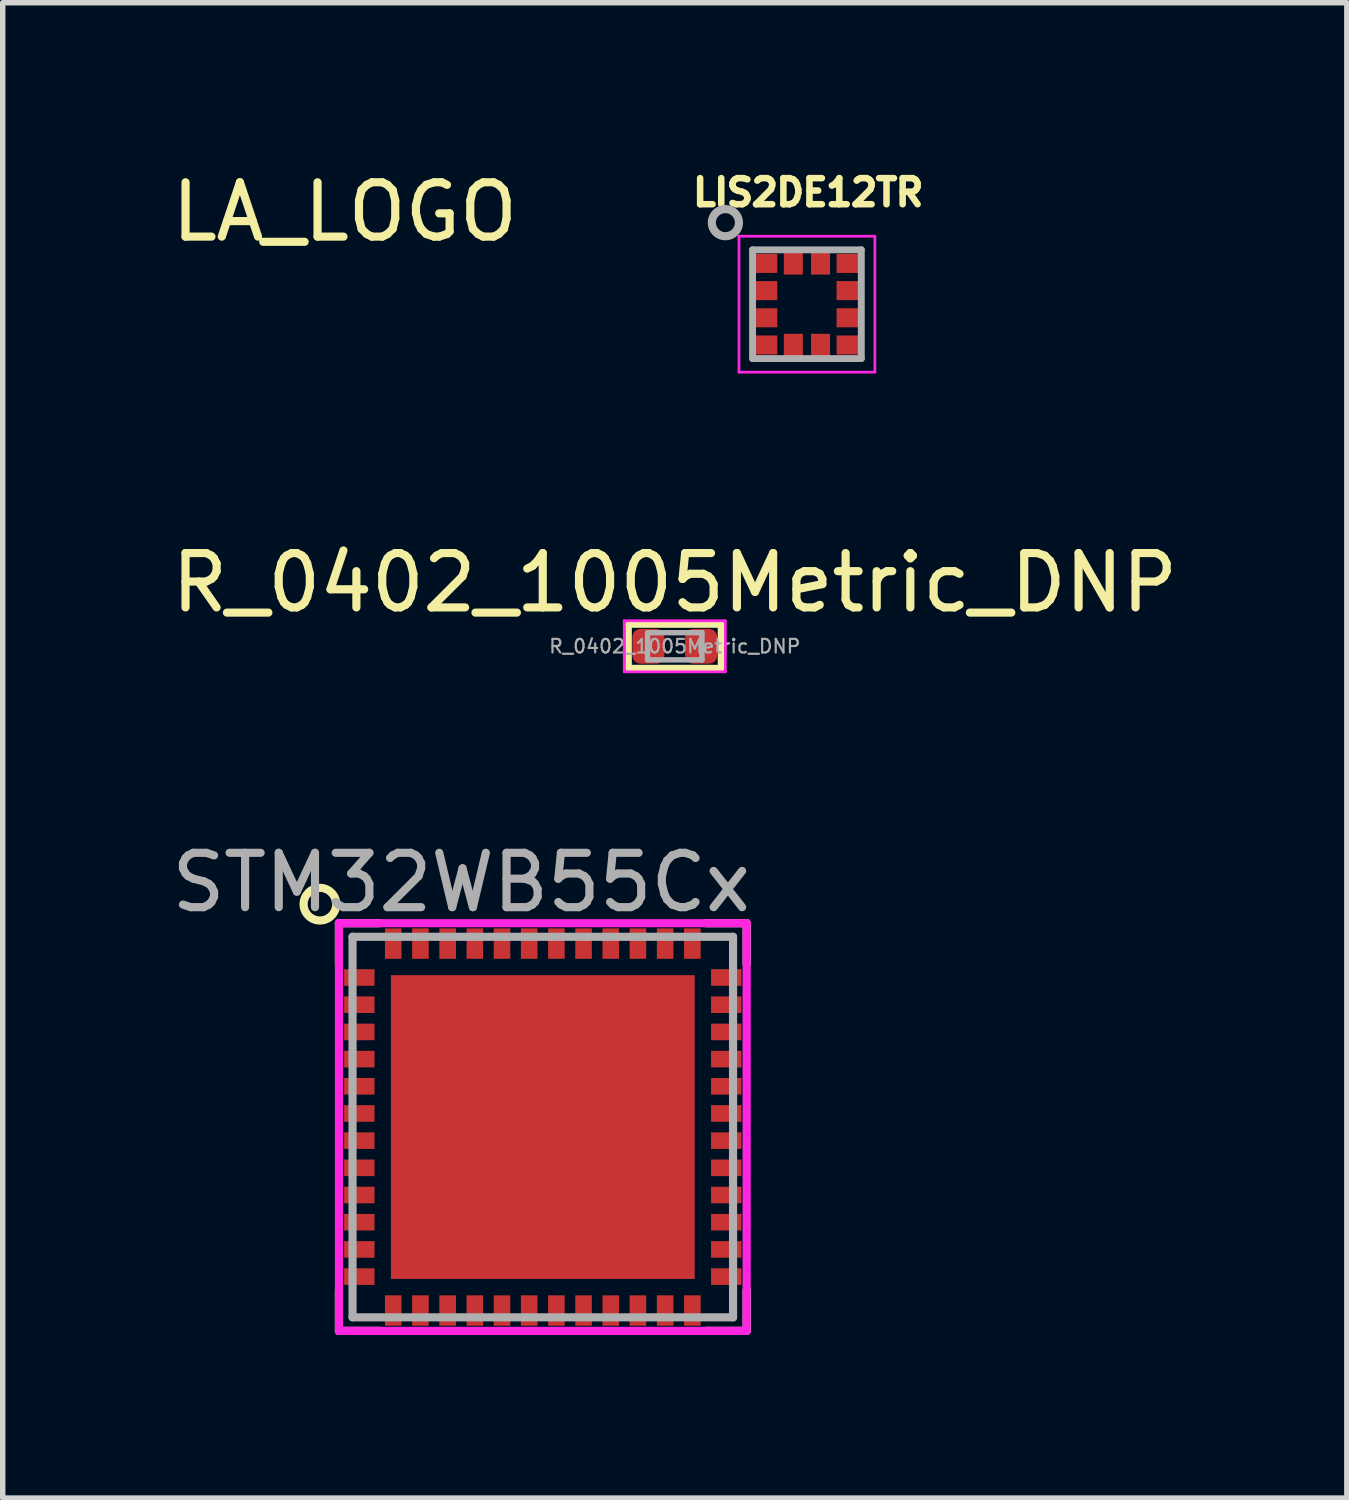
<source format=kicad_pcb>
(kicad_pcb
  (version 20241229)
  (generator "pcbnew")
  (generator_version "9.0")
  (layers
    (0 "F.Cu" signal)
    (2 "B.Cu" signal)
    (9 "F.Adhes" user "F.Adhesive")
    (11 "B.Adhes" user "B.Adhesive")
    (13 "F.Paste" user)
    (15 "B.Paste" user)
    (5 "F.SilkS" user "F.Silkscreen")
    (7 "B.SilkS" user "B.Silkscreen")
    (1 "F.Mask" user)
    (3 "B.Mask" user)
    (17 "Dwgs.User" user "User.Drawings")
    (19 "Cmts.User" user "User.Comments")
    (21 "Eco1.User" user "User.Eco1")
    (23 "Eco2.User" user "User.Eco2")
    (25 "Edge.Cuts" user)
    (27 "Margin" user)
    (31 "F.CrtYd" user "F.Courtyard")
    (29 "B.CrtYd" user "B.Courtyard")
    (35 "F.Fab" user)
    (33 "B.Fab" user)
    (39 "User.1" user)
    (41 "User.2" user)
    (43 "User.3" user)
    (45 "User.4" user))
  (footprint "LA_LOGO"
    (layer "F.Cu")
    (at 3.092 2.348)
    (property "Reference" "LA_LOGO" (at 0.2 -1.5 0) (layer "F.SilkS") (effects (font (size 1 1) (thickness 0.15))))
    (attr through_hole)
    (fp_line (start -1.5 0) (end -1 0.5) (stroke (width 0.15) (type solid)) (layer "F.Mask"))
    (fp_line (start -1 0.5) (end -0.5 0) (stroke (width 0.15) (type solid)) (layer "F.Mask"))
    (fp_line (start -0.5 0) (end 0 0.5) (stroke (width 0.15) (type solid)) (layer "F.Mask"))
    (fp_line (start 0 -1.5) (end -1.5 0) (stroke (width 0.15) (type solid)) (layer "F.Mask"))
    (fp_line (start 0 0.5) (end 0.5 0) (stroke (width 0.15) (type solid)) (layer "F.Mask"))
    (fp_line (start 0.5 0) (end 1 0.5) (stroke (width 0.15) (type solid)) (layer "F.Mask"))
    (fp_line (start 0.7 -0.2) (end 0.8 -0.3) (stroke (width 0.15) (type solid)) (layer "F.Mask"))
    (fp_line (start 1 0.5) (end 1.5 0) (stroke (width 0.15) (type solid)) (layer "F.Mask"))
    (fp_line (start 1.5 0) (end 0 -1.5) (stroke (width 0.15) (type solid)) (layer "F.Mask"))
    (fp_line (start 1.5 0) (end 1.6 0.1) (stroke (width 0.15) (type solid)) (layer "F.Mask")))
  (footprint "R_0402_1005Metric_DNP"
    (layer "F.Cu")
    (at 9.363 8.839)
    (property "Reference" "R_0402_1005Metric_DNP" (at 0 -1.17 0) (layer "F.SilkS") (effects (font (size 1 1) (thickness 0.15))))
    (attr smd)
    (fp_line (start -0.85 -0.4) (end 0.85 -0.4) (stroke (width 0.12) (type solid)) (layer "F.SilkS"))
    (fp_line (start -0.85 0.4) (end -0.85 -0.4) (stroke (width 0.12) (type solid)) (layer "F.SilkS"))
    (fp_line (start 0.85 -0.4) (end 0.85 0.4) (stroke (width 0.12) (type solid)) (layer "F.SilkS"))
    (fp_line (start 0.85 0.4) (end -0.85 0.4) (stroke (width 0.12) (type solid)) (layer "F.SilkS"))
    (fp_line (start -0.93 -0.47) (end 0.93 -0.47) (stroke (width 0.05) (type solid)) (layer "F.CrtYd"))
    (fp_line (start -0.93 0.47) (end -0.93 -0.47) (stroke (width 0.05) (type solid)) (layer "F.CrtYd"))
    (fp_line (start 0.93 -0.47) (end 0.93 0.47) (stroke (width 0.05) (type solid)) (layer "F.CrtYd"))
    (fp_line (start 0.93 0.47) (end -0.93 0.47) (stroke (width 0.05) (type solid)) (layer "F.CrtYd"))
    (fp_line (start -0.5 -0.25) (end 0.5 -0.25) (stroke (width 0.1) (type solid)) (layer "F.Fab"))
    (fp_line (start -0.5 0.25) (end -0.5 -0.25) (stroke (width 0.1) (type solid)) (layer "F.Fab"))
    (fp_line (start 0.5 -0.25) (end 0.5 0.25) (stroke (width 0.1) (type solid)) (layer "F.Fab"))
    (fp_line (start 0.5 0.25) (end -0.5 0.25) (stroke (width 0.1) (type solid)) (layer "F.Fab"))
    (fp_text user "${REFERENCE}" (at 0 0 0) (layer "F.Fab") (effects (font (size 0.25 0.25) (thickness 0.04))))
    (pad "1" smd roundrect (at -0.485 0) (size 0.59 0.64) (layers "F.Cu" "F.Mask") (roundrect_rratio 0.25))
    (pad "2" smd roundrect (at 0.485 0) (size 0.59 0.64) (layers "F.Cu" "F.Mask") (roundrect_rratio 0.25)))
  (footprint "LIS2DE12TR"
    (layer "F.Cu")
    (at 11.794 2.546)
    (property "Reference" "LIS2DE12TR" (at 0.024 -2.055 0) (layer "F.SilkS") (effects (font (size 0.48 0.48) (thickness 0.12))))
    (attr smd)
    (fp_line (start -1.25 -1.25) (end 1.25 -1.25) (stroke (width 0.05) (type solid)) (layer "F.CrtYd"))
    (fp_line (start -1.25 1.25) (end -1.25 -1.25) (stroke (width 0.05) (type solid)) (layer "F.CrtYd"))
    (fp_line (start 1.25 -1.25) (end 1.25 1.25) (stroke (width 0.05) (type solid)) (layer "F.CrtYd"))
    (fp_line (start 1.25 1.25) (end -1.25 1.25) (stroke (width 0.05) (type solid)) (layer "F.CrtYd"))
    (fp_line (start -1 -1) (end 1 -1) (stroke (width 0.127) (type solid)) (layer "F.Fab"))
    (fp_line (start -1 1) (end -1 -1) (stroke (width 0.127) (type solid)) (layer "F.Fab"))
    (fp_line (start 1 -1) (end 1 1) (stroke (width 0.127) (type solid)) (layer "F.Fab"))
    (fp_line (start 1 1) (end -1 1) (stroke (width 0.127) (type solid)) (layer "F.Fab"))
    (fp_circle (center -1.5 -1.5) (end -1.25 -1.5) (stroke (width 0.15) (type solid)) (fill no) (layer "F.Fab"))
    (pad "1" smd rect (at -0.75 -0.75) (size 0.41 0.35) (layers "F.Cu" "F.Mask" "F.Paste"))
    (pad "2" smd rect (at -0.75 -0.25) (size 0.41 0.35) (layers "F.Cu" "F.Mask" "F.Paste"))
    (pad "3" smd rect (at -0.75 0.25) (size 0.41 0.35) (layers "F.Cu" "F.Mask" "F.Paste"))
    (pad "4" smd rect (at -0.75 0.75) (size 0.41 0.35) (layers "F.Cu" "F.Mask" "F.Paste"))
    (pad "5" smd rect (at -0.25 0.75) (size 0.35 0.41) (layers "F.Cu" "F.Mask" "F.Paste"))
    (pad "6" smd rect (at 0.25 0.75) (size 0.35 0.41) (layers "F.Cu" "F.Mask" "F.Paste"))
    (pad "7" smd rect (at 0.75 0.75) (size 0.41 0.35) (layers "F.Cu" "F.Mask" "F.Paste"))
    (pad "8" smd rect (at 0.75 0.25) (size 0.41 0.35) (layers "F.Cu" "F.Mask" "F.Paste"))
    (pad "9" smd rect (at 0.75 -0.25) (size 0.41 0.35) (layers "F.Cu" "F.Mask" "F.Paste"))
    (pad "10" smd rect (at 0.75 -0.75) (size 0.41 0.35) (layers "F.Cu" "F.Mask" "F.Paste"))
    (pad "11" smd rect (at 0.25 -0.75) (size 0.35 0.41) (layers "F.Cu" "F.Mask" "F.Paste"))
    (pad "12" smd rect (at -0.25 -0.75) (size 0.35 0.41) (layers "F.Cu" "F.Mask" "F.Paste")))
  (footprint "STM32WB55Cx"
    (layer "F.Cu")
    (at 6.935 17.683)
    (property "Reference" "STM32WB55Cx" (at -1.5 -4.5 0) (layer "F.Fab") (effects (font (size 1 1) (thickness 0.15))))
    (attr smd)
    (fp_line (start -3.75 -3.75) (end -3.75 -3) (stroke (width 0.15) (type solid)) (layer "F.SilkS"))
    (fp_line (start -3.75 3.75) (end -3.75 3) (stroke (width 0.15) (type solid)) (layer "F.SilkS"))
    (fp_line (start -3 -3.75) (end -3.75 -3.75) (stroke (width 0.15) (type solid)) (layer "F.SilkS"))
    (fp_line (start -3 3.75) (end -3.75 3.75) (stroke (width 0.15) (type solid)) (layer "F.SilkS"))
    (fp_line (start 3 -3.75) (end 3.75 -3.75) (stroke (width 0.15) (type solid)) (layer "F.SilkS"))
    (fp_line (start 3.75 -3.75) (end 3.75 -3) (stroke (width 0.15) (type solid)) (layer "F.SilkS"))
    (fp_line (start 3.75 3) (end 3.75 3.75) (stroke (width 0.15) (type solid)) (layer "F.SilkS"))
    (fp_line (start 3.75 3.75) (end 3 3.75) (stroke (width 0.15) (type solid)) (layer "F.SilkS"))
    (fp_circle (center -4.1 -4.1) (end -3.8 -4.1) (stroke (width 0.15) (type solid)) (fill no) (layer "F.SilkS"))
    (fp_line (start -3.75 -3.75) (end 3.75 -3.75) (stroke (width 0.15) (type solid)) (layer "F.CrtYd"))
    (fp_line (start -3.75 3.75) (end -3.75 -3.75) (stroke (width 0.15) (type solid)) (layer "F.CrtYd"))
    (fp_line (start 3.75 -3.75) (end 3.75 3.75) (stroke (width 0.15) (type solid)) (layer "F.CrtYd"))
    (fp_line (start 3.75 3.75) (end -3.75 3.75) (stroke (width 0.15) (type solid)) (layer "F.CrtYd"))
    (fp_line (start -3.5 -3.5) (end 3.5 -3.5) (stroke (width 0.15) (type solid)) (layer "F.Fab"))
    (fp_line (start -3.5 3.5) (end -3.5 -3.5) (stroke (width 0.15) (type solid)) (layer "F.Fab"))
    (fp_line (start 3.5 -3.5) (end 3.5 3.5) (stroke (width 0.15) (type solid)) (layer "F.Fab"))
    (fp_line (start 3.5 3.5) (end -3.5 3.5) (stroke (width 0.15) (type solid)) (layer "F.Fab"))
    (pad "1" smd rect (at -3.375 -2.751 90) (size 0.305 0.559) (layers "F.Cu" "F.Mask" "F.Paste"))
    (pad "2" smd rect (at -3.375 -2.251 90) (size 0.305 0.559) (layers "F.Cu" "F.Mask" "F.Paste"))
    (pad "3" smd rect (at -3.375 -1.75 90) (size 0.305 0.559) (layers "F.Cu" "F.Mask" "F.Paste"))
    (pad "4" smd rect (at -3.375 -1.25 90) (size 0.305 0.559) (layers "F.Cu" "F.Mask" "F.Paste"))
    (pad "5" smd rect (at -3.375 -0.75 90) (size 0.305 0.559) (layers "F.Cu" "F.Mask" "F.Paste"))
    (pad "6" smd rect (at -3.375 -0.25 90) (size 0.305 0.559) (layers "F.Cu" "F.Mask" "F.Paste"))
    (pad "7" smd rect (at -3.375 0.25 90) (size 0.305 0.559) (layers "F.Cu" "F.Mask" "F.Paste"))
    (pad "8" smd rect (at -3.375 0.75 90) (size 0.305 0.559) (layers "F.Cu" "F.Mask" "F.Paste"))
    (pad "9" smd rect (at -3.375 1.25 90) (size 0.305 0.559) (layers "F.Cu" "F.Mask" "F.Paste"))
    (pad "10" smd rect (at -3.375 1.75 90) (size 0.305 0.559) (layers "F.Cu" "F.Mask" "F.Paste"))
    (pad "11" smd rect (at -3.375 2.251 90) (size 0.305 0.559) (layers "F.Cu" "F.Mask" "F.Paste"))
    (pad "12" smd rect (at -3.375 2.751 90) (size 0.305 0.559) (layers "F.Cu" "F.Mask" "F.Paste"))
    (pad "13" smd rect (at -2.751 3.375) (size 0.305 0.559) (layers "F.Cu" "F.Mask" "F.Paste"))
    (pad "14" smd rect (at -2.251 3.375) (size 0.305 0.559) (layers "F.Cu" "F.Mask" "F.Paste"))
    (pad "15" smd rect (at -1.75 3.375) (size 0.305 0.559) (layers "F.Cu" "F.Mask" "F.Paste"))
    (pad "16" smd rect (at -1.25 3.375) (size 0.305 0.559) (layers "F.Cu" "F.Mask" "F.Paste"))
    (pad "17" smd rect (at -0.75 3.375) (size 0.305 0.559) (layers "F.Cu" "F.Mask" "F.Paste"))
    (pad "18" smd rect (at -0.25 3.375) (size 0.305 0.559) (layers "F.Cu" "F.Mask" "F.Paste"))
    (pad "19" smd rect (at 0.25 3.375) (size 0.305 0.559) (layers "F.Cu" "F.Mask" "F.Paste"))
    (pad "20" smd rect (at 0.75 3.375) (size 0.305 0.559) (layers "F.Cu" "F.Mask" "F.Paste"))
    (pad "21" smd rect (at 1.25 3.375) (size 0.305 0.559) (layers "F.Cu" "F.Mask" "F.Paste"))
    (pad "22" smd rect (at 1.75 3.375) (size 0.305 0.559) (layers "F.Cu" "F.Mask" "F.Paste"))
    (pad "23" smd rect (at 2.251 3.375) (size 0.305 0.559) (layers "F.Cu" "F.Mask" "F.Paste"))
    (pad "24" smd rect (at 2.751 3.375) (size 0.305 0.559) (layers "F.Cu" "F.Mask" "F.Paste"))
    (pad "25" smd rect (at 3.375 2.751 90) (size 0.305 0.559) (layers "F.Cu" "F.Mask" "F.Paste"))
    (pad "26" smd rect (at 3.375 2.251 90) (size 0.305 0.559) (layers "F.Cu" "F.Mask" "F.Paste"))
    (pad "27" smd rect (at 3.375 1.75 90) (size 0.305 0.559) (layers "F.Cu" "F.Mask" "F.Paste"))
    (pad "28" smd rect (at 3.375 1.25 90) (size 0.305 0.559) (layers "F.Cu" "F.Mask" "F.Paste"))
    (pad "29" smd rect (at 3.375 0.75 90) (size 0.305 0.559) (layers "F.Cu" "F.Mask" "F.Paste"))
    (pad "30" smd rect (at 3.375 0.25 90) (size 0.305 0.559) (layers "F.Cu" "F.Mask" "F.Paste"))
    (pad "31" smd rect (at 3.375 -0.25 90) (size 0.305 0.559) (layers "F.Cu" "F.Mask" "F.Paste"))
    (pad "32" smd rect (at 3.375 -0.75 90) (size 0.305 0.559) (layers "F.Cu" "F.Mask" "F.Paste"))
    (pad "33" smd rect (at 3.375 -1.25 90) (size 0.305 0.559) (layers "F.Cu" "F.Mask" "F.Paste"))
    (pad "34" smd rect (at 3.375 -1.75 90) (size 0.305 0.559) (layers "F.Cu" "F.Mask" "F.Paste"))
    (pad "35" smd rect (at 3.375 -2.251 90) (size 0.305 0.559) (layers "F.Cu" "F.Mask" "F.Paste"))
    (pad "36" smd rect (at 3.375 -2.751 90) (size 0.305 0.559) (layers "F.Cu" "F.Mask" "F.Paste"))
    (pad "37" smd rect (at 2.751 -3.375) (size 0.305 0.559) (layers "F.Cu" "F.Mask" "F.Paste"))
    (pad "38" smd rect (at 2.251 -3.375) (size 0.305 0.559) (layers "F.Cu" "F.Mask" "F.Paste"))
    (pad "39" smd rect (at 1.75 -3.375) (size 0.305 0.559) (layers "F.Cu" "F.Mask" "F.Paste"))
    (pad "40" smd rect (at 1.25 -3.375) (size 0.305 0.559) (layers "F.Cu" "F.Mask" "F.Paste"))
    (pad "41" smd rect (at 0.75 -3.375) (size 0.305 0.559) (layers "F.Cu" "F.Mask" "F.Paste"))
    (pad "42" smd rect (at 0.25 -3.375) (size 0.305 0.559) (layers "F.Cu" "F.Mask" "F.Paste"))
    (pad "43" smd rect (at -0.25 -3.375) (size 0.305 0.559) (layers "F.Cu" "F.Mask" "F.Paste"))
    (pad "44" smd rect (at -0.75 -3.375) (size 0.305 0.559) (layers "F.Cu" "F.Mask" "F.Paste"))
    (pad "45" smd rect (at -1.25 -3.375) (size 0.305 0.559) (layers "F.Cu" "F.Mask" "F.Paste"))
    (pad "46" smd rect (at -1.75 -3.375) (size 0.305 0.559) (layers "F.Cu" "F.Mask" "F.Paste"))
    (pad "47" smd rect (at -2.251 -3.375) (size 0.305 0.559) (layers "F.Cu" "F.Mask" "F.Paste"))
    (pad "48" smd rect (at -2.751 -3.375) (size 0.305 0.559) (layers "F.Cu" "F.Mask" "F.Paste"))
    (pad "49" smd rect (at -2.25 -2.25) (size 1 1) (layers "F.Cu" "F.Mask" "F.Paste"))
    (pad "49" smd rect (at -2.25 -0.75) (size 1 1) (layers "F.Cu" "F.Mask" "F.Paste"))
    (pad "49" smd rect (at -2.25 0.75) (size 1 1) (layers "F.Cu" "F.Mask" "F.Paste"))
    (pad "49" smd rect (at -2.25 2.25) (size 1 1) (layers "F.Cu" "F.Mask" "F.Paste"))
    (pad "49" smd rect (at -0.75 -2.25) (size 1 1) (layers "F.Cu" "F.Mask" "F.Paste"))
    (pad "49" smd rect (at -0.75 -0.75) (size 1 1) (layers "F.Cu" "F.Mask" "F.Paste"))
    (pad "49" smd rect (at -0.75 0.75) (size 1 1) (layers "F.Cu" "F.Mask" "F.Paste"))
    (pad "49" smd rect (at -0.75 2.25) (size 1 1) (layers "F.Cu" "F.Mask" "F.Paste"))
    (pad "49" smd rect (at 0 0) (size 5.588 5.588) (layers "F.Cu" "F.Mask"))
    (pad "49" smd rect (at 0.75 -2.25) (size 1 1) (layers "F.Cu" "F.Mask" "F.Paste"))
    (pad "49" smd rect (at 0.75 -0.75) (size 1 1) (layers "F.Cu" "F.Mask" "F.Paste"))
    (pad "49" smd rect (at 0.75 0.75) (size 1 1) (layers "F.Cu" "F.Mask" "F.Paste"))
    (pad "49" smd rect (at 0.75 2.25) (size 1 1) (layers "F.Cu" "F.Mask" "F.Paste"))
    (pad "49" smd rect (at 2.25 -2.25) (size 1 1) (layers "F.Cu" "F.Mask" "F.Paste"))
    (pad "49" smd rect (at 2.25 -0.75) (size 1 1) (layers "F.Cu" "F.Mask" "F.Paste"))
    (pad "49" smd rect (at 2.25 0.75) (size 1 1) (layers "F.Cu" "F.Mask" "F.Paste"))
    (pad "49" smd rect (at 2.25 2.25) (size 1 1) (layers "F.Cu" "F.Mask" "F.Paste")))
  (gr_rect
    (start -3 -3)
    (end 21.726 24.508)
    (stroke (width 0.1) (type default))
    (fill no)
    (layer "Edge.Cuts")))
</source>
